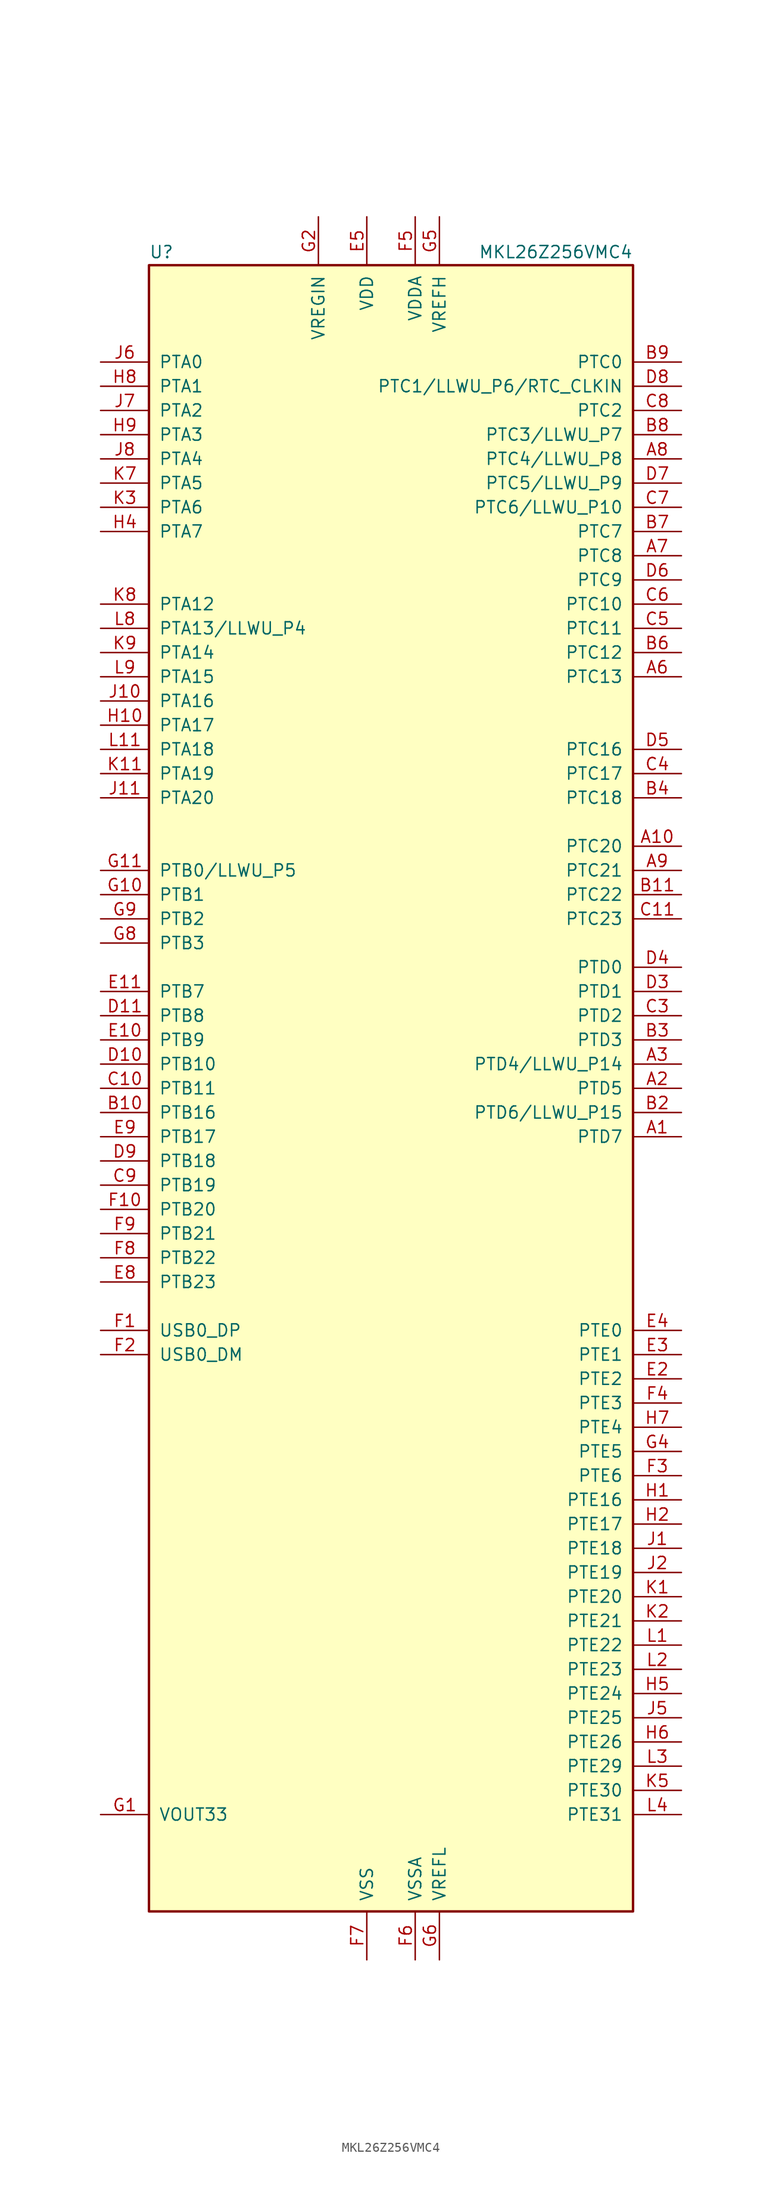
<source format=kicad_sym>
(kicad_symbol_lib
  (version 20211014)
  (generator kicad_symbol_editor)
  (symbol "MKL26Z256VMC4"
    (pin_names
      (offset 1.016))
    (property "Reference" "U"
      (at -25.4 86.995 0)
      (effects (font (size 1.27 1.27)) (justify left bottom)))
    (property "Value" "MKL26Z256VMC4"
      (at 25.4 86.995 0)
      (effects (font (size 1.27 1.27)) (justify right bottom)))
    (symbol "MKL26Z256VMC4_0_1"
      (rectangle (start -25.4 86.36) (end 25.4 -86.36) (stroke (width 0.254) (type default) (color 0 0 0 0)) (fill (type background))))
    (symbol "MKL26Z256VMC4_1_1"
      (pin bidirectional line (at 30.48 -5.08 180) (length 5.08) (name "PTD7" (effects (font (size 1.27 1.27)))) (number "A1" (effects (font (size 1.27 1.27)))))
      (pin bidirectional line (at 30.48 25.4 180) (length 5.08) (name "PTC20" (effects (font (size 1.27 1.27)))) (number "A10" (effects (font (size 1.27 1.27)))))
      (pin no_connect line (at -15.24 -86.36 90) (length 5.08) hide (name "NC" (effects (font (size 1.27 1.27)))) (number "A11" (effects (font (size 1.27 1.27)))))
      (pin bidirectional line (at 30.48 0 180) (length 5.08) (name "PTD5" (effects (font (size 1.27 1.27)))) (number "A2" (effects (font (size 1.27 1.27)))))
      (pin bidirectional line (at 30.48 2.54 180) (length 5.08) (name "PTD4/LLWU_P14" (effects (font (size 1.27 1.27)))) (number "A3" (effects (font (size 1.27 1.27)))))
      (pin no_connect line (at 25.4 27.94 180) (length 5.08) hide (name "NC" (effects (font (size 1.27 1.27)))) (number "A4" (effects (font (size 1.27 1.27)))))
      (pin no_connect line (at 25.4 40.64 180) (length 5.08) hide (name "NC" (effects (font (size 1.27 1.27)))) (number "A5" (effects (font (size 1.27 1.27)))))
      (pin bidirectional line (at 30.48 43.18 180) (length 5.08) (name "PTC13" (effects (font (size 1.27 1.27)))) (number "A6" (effects (font (size 1.27 1.27)))))
      (pin bidirectional line (at 30.48 55.88 180) (length 5.08) (name "PTC8" (effects (font (size 1.27 1.27)))) (number "A7" (effects (font (size 1.27 1.27)))))
      (pin bidirectional line (at 30.48 66.04 180) (length 5.08) (name "PTC4/LLWU_P8" (effects (font (size 1.27 1.27)))) (number "A8" (effects (font (size 1.27 1.27)))))
      (pin bidirectional line (at 30.48 22.86 180) (length 5.08) (name "PTC21" (effects (font (size 1.27 1.27)))) (number "A9" (effects (font (size 1.27 1.27)))))
      (pin no_connect line (at 25.4 -7.62 180) (length 5.08) hide (name "NC" (effects (font (size 1.27 1.27)))) (number "B1" (effects (font (size 1.27 1.27)))))
      (pin bidirectional line (at -30.48 -2.54 0) (length 5.08) (name "PTB16" (effects (font (size 1.27 1.27)))) (number "B10" (effects (font (size 1.27 1.27)))))
      (pin bidirectional line (at 30.48 20.32 180) (length 5.08) (name "PTC22" (effects (font (size 1.27 1.27)))) (number "B11" (effects (font (size 1.27 1.27)))))
      (pin bidirectional line (at 30.48 -2.54 180) (length 5.08) (name "PTD6/LLWU_P15" (effects (font (size 1.27 1.27)))) (number "B2" (effects (font (size 1.27 1.27)))))
      (pin bidirectional line (at 30.48 5.08 180) (length 5.08) (name "PTD3" (effects (font (size 1.27 1.27)))) (number "B3" (effects (font (size 1.27 1.27)))))
      (pin bidirectional line (at 30.48 30.48 180) (length 5.08) (name "PTC18" (effects (font (size 1.27 1.27)))) (number "B4" (effects (font (size 1.27 1.27)))))
      (pin no_connect line (at 25.4 38.1 180) (length 5.08) hide (name "NC" (effects (font (size 1.27 1.27)))) (number "B5" (effects (font (size 1.27 1.27)))))
      (pin bidirectional line (at 30.48 45.72 180) (length 5.08) (name "PTC12" (effects (font (size 1.27 1.27)))) (number "B6" (effects (font (size 1.27 1.27)))))
      (pin bidirectional line (at 30.48 58.42 180) (length 5.08) (name "PTC7" (effects (font (size 1.27 1.27)))) (number "B7" (effects (font (size 1.27 1.27)))))
      (pin bidirectional line (at 30.48 68.58 180) (length 5.08) (name "PTC3/LLWU_P7" (effects (font (size 1.27 1.27)))) (number "B8" (effects (font (size 1.27 1.27)))))
      (pin bidirectional line (at 30.48 76.2 180) (length 5.08) (name "PTC0" (effects (font (size 1.27 1.27)))) (number "B9" (effects (font (size 1.27 1.27)))))
      (pin no_connect line (at 25.4 -12.7 180) (length 5.08) hide (name "NC" (effects (font (size 1.27 1.27)))) (number "C1" (effects (font (size 1.27 1.27)))))
      (pin bidirectional line (at -30.48 0 0) (length 5.08) (name "PTB11" (effects (font (size 1.27 1.27)))) (number "C10" (effects (font (size 1.27 1.27)))))
      (pin bidirectional line (at 30.48 17.78 180) (length 5.08) (name "PTC23" (effects (font (size 1.27 1.27)))) (number "C11" (effects (font (size 1.27 1.27)))))
      (pin no_connect line (at 25.4 -10.16 180) (length 5.08) hide (name "NC" (effects (font (size 1.27 1.27)))) (number "C2" (effects (font (size 1.27 1.27)))))
      (pin bidirectional line (at 30.48 7.62 180) (length 5.08) (name "PTD2" (effects (font (size 1.27 1.27)))) (number "C3" (effects (font (size 1.27 1.27)))))
      (pin bidirectional line (at 30.48 33.02 180) (length 5.08) (name "PTC17" (effects (font (size 1.27 1.27)))) (number "C4" (effects (font (size 1.27 1.27)))))
      (pin bidirectional line (at 30.48 48.26 180) (length 5.08) (name "PTC11" (effects (font (size 1.27 1.27)))) (number "C5" (effects (font (size 1.27 1.27)))))
      (pin bidirectional line (at 30.48 50.8 180) (length 5.08) (name "PTC10" (effects (font (size 1.27 1.27)))) (number "C6" (effects (font (size 1.27 1.27)))))
      (pin bidirectional line (at 30.48 60.96 180) (length 5.08) (name "PTC6/LLWU_P10" (effects (font (size 1.27 1.27)))) (number "C7" (effects (font (size 1.27 1.27)))))
      (pin bidirectional line (at 30.48 71.12 180) (length 5.08) (name "PTC2" (effects (font (size 1.27 1.27)))) (number "C8" (effects (font (size 1.27 1.27)))))
      (pin bidirectional line (at -30.48 -10.16 0) (length 5.08) (name "PTB19" (effects (font (size 1.27 1.27)))) (number "C9" (effects (font (size 1.27 1.27)))))
      (pin no_connect line (at 25.4 -17.78 180) (length 5.08) hide (name "NC" (effects (font (size 1.27 1.27)))) (number "D1" (effects (font (size 1.27 1.27)))))
      (pin bidirectional line (at -30.48 2.54 0) (length 5.08) (name "PTB10" (effects (font (size 1.27 1.27)))) (number "D10" (effects (font (size 1.27 1.27)))))
      (pin bidirectional line (at -30.48 7.62 0) (length 5.08) (name "PTB8" (effects (font (size 1.27 1.27)))) (number "D11" (effects (font (size 1.27 1.27)))))
      (pin no_connect line (at 25.4 -15.24 180) (length 5.08) hide (name "NC" (effects (font (size 1.27 1.27)))) (number "D2" (effects (font (size 1.27 1.27)))))
      (pin bidirectional line (at 30.48 10.16 180) (length 5.08) (name "PTD1" (effects (font (size 1.27 1.27)))) (number "D3" (effects (font (size 1.27 1.27)))))
      (pin bidirectional line (at 30.48 12.7 180) (length 5.08) (name "PTD0" (effects (font (size 1.27 1.27)))) (number "D4" (effects (font (size 1.27 1.27)))))
      (pin bidirectional line (at 30.48 35.56 180) (length 5.08) (name "PTC16" (effects (font (size 1.27 1.27)))) (number "D5" (effects (font (size 1.27 1.27)))))
      (pin bidirectional line (at 30.48 53.34 180) (length 5.08) (name "PTC9" (effects (font (size 1.27 1.27)))) (number "D6" (effects (font (size 1.27 1.27)))))
      (pin bidirectional line (at 30.48 63.5 180) (length 5.08) (name "PTC5/LLWU_P9" (effects (font (size 1.27 1.27)))) (number "D7" (effects (font (size 1.27 1.27)))))
      (pin bidirectional line (at 30.48 73.66 180) (length 5.08) (name "PTC1/LLWU_P6/RTC_CLKIN" (effects (font (size 1.27 1.27)))) (number "D8" (effects (font (size 1.27 1.27)))))
      (pin bidirectional line (at -30.48 -7.62 0) (length 5.08) (name "PTB18" (effects (font (size 1.27 1.27)))) (number "D9" (effects (font (size 1.27 1.27)))))
      (pin no_connect line (at 25.4 -20.32 180) (length 5.08) hide (name "NC" (effects (font (size 1.27 1.27)))) (number "E1" (effects (font (size 1.27 1.27)))))
      (pin bidirectional line (at -30.48 5.08 0) (length 5.08) (name "PTB9" (effects (font (size 1.27 1.27)))) (number "E10" (effects (font (size 1.27 1.27)))))
      (pin bidirectional line (at -30.48 10.16 0) (length 5.08) (name "PTB7" (effects (font (size 1.27 1.27)))) (number "E11" (effects (font (size 1.27 1.27)))))
      (pin bidirectional line (at 30.48 -30.48 180) (length 5.08) (name "PTE2" (effects (font (size 1.27 1.27)))) (number "E2" (effects (font (size 1.27 1.27)))))
      (pin bidirectional line (at 30.48 -27.94 180) (length 5.08) (name "PTE1" (effects (font (size 1.27 1.27)))) (number "E3" (effects (font (size 1.27 1.27)))))
      (pin bidirectional line (at 30.48 -25.4 180) (length 5.08) (name "PTE0" (effects (font (size 1.27 1.27)))) (number "E4" (effects (font (size 1.27 1.27)))))
      (pin power_in line (at -2.54 91.44 270) (length 5.08) (name "VDD" (effects (font (size 1.27 1.27)))) (number "E5" (effects (font (size 1.27 1.27)))))
      (pin passive line (at -2.54 91.44 270) (length 5.08) hide (name "VDD" (effects (font (size 1.27 1.27)))) (number "E6" (effects (font (size 1.27 1.27)))))
      (pin passive line (at -2.54 91.44 270) (length 5.08) hide (name "VDD" (effects (font (size 1.27 1.27)))) (number "E7" (effects (font (size 1.27 1.27)))))
      (pin bidirectional line (at -30.48 -20.32 0) (length 5.08) (name "PTB23" (effects (font (size 1.27 1.27)))) (number "E8" (effects (font (size 1.27 1.27)))))
      (pin bidirectional line (at -30.48 -5.08 0) (length 5.08) (name "PTB17" (effects (font (size 1.27 1.27)))) (number "E9" (effects (font (size 1.27 1.27)))))
      (pin bidirectional line (at -30.48 -25.4 0) (length 5.08) (name "USB0_DP" (effects (font (size 1.27 1.27)))) (number "F1" (effects (font (size 1.27 1.27)))))
      (pin bidirectional line (at -30.48 -12.7 0) (length 5.08) (name "PTB20" (effects (font (size 1.27 1.27)))) (number "F10" (effects (font (size 1.27 1.27)))))
      (pin no_connect line (at -25.4 12.7 0) (length 5.08) hide (name "NC" (effects (font (size 1.27 1.27)))) (number "F11" (effects (font (size 1.27 1.27)))))
      (pin bidirectional line (at -30.48 -27.94 0) (length 5.08) (name "USB0_DM" (effects (font (size 1.27 1.27)))) (number "F2" (effects (font (size 1.27 1.27)))))
      (pin bidirectional line (at 30.48 -40.64 180) (length 5.08) (name "PTE6" (effects (font (size 1.27 1.27)))) (number "F3" (effects (font (size 1.27 1.27)))))
      (pin bidirectional line (at 30.48 -33.02 180) (length 5.08) (name "PTE3" (effects (font (size 1.27 1.27)))) (number "F4" (effects (font (size 1.27 1.27)))))
      (pin power_in line (at 2.54 91.44 270) (length 5.08) (name "VDDA" (effects (font (size 1.27 1.27)))) (number "F5" (effects (font (size 1.27 1.27)))))
      (pin power_in line (at 2.54 -91.44 90) (length 5.08) (name "VSSA" (effects (font (size 1.27 1.27)))) (number "F6" (effects (font (size 1.27 1.27)))))
      (pin power_in line (at -2.54 -91.44 90) (length 5.08) (name "VSS" (effects (font (size 1.27 1.27)))) (number "F7" (effects (font (size 1.27 1.27)))))
      (pin bidirectional line (at -30.48 -17.78 0) (length 5.08) (name "PTB22" (effects (font (size 1.27 1.27)))) (number "F8" (effects (font (size 1.27 1.27)))))
      (pin bidirectional line (at -30.48 -15.24 0) (length 5.08) (name "PTB21" (effects (font (size 1.27 1.27)))) (number "F9" (effects (font (size 1.27 1.27)))))
      (pin power_out line (at -30.48 -76.2 0) (length 5.08) (name "VOUT33" (effects (font (size 1.27 1.27)))) (number "G1" (effects (font (size 1.27 1.27)))))
      (pin bidirectional line (at -30.48 20.32 0) (length 5.08) (name "PTB1" (effects (font (size 1.27 1.27)))) (number "G10" (effects (font (size 1.27 1.27)))))
      (pin bidirectional line (at -30.48 22.86 0) (length 5.08) (name "PTB0/LLWU_P5" (effects (font (size 1.27 1.27)))) (number "G11" (effects (font (size 1.27 1.27)))))
      (pin power_in line (at -7.62 91.44 270) (length 5.08) (name "VREGIN" (effects (font (size 1.27 1.27)))) (number "G2" (effects (font (size 1.27 1.27)))))
      (pin passive line (at -2.54 -91.44 90) (length 5.08) hide (name "VSS" (effects (font (size 1.27 1.27)))) (number "G3" (effects (font (size 1.27 1.27)))))
      (pin bidirectional line (at 30.48 -38.1 180) (length 5.08) (name "PTE5" (effects (font (size 1.27 1.27)))) (number "G4" (effects (font (size 1.27 1.27)))))
      (pin power_in line (at 5.08 91.44 270) (length 5.08) (name "VREFH" (effects (font (size 1.27 1.27)))) (number "G5" (effects (font (size 1.27 1.27)))))
      (pin power_in line (at 5.08 -91.44 90) (length 5.08) (name "VREFL" (effects (font (size 1.27 1.27)))) (number "G6" (effects (font (size 1.27 1.27)))))
      (pin passive line (at -2.54 -91.44 90) (length 5.08) hide (name "VSS" (effects (font (size 1.27 1.27)))) (number "G7" (effects (font (size 1.27 1.27)))))
      (pin bidirectional line (at -30.48 15.24 0) (length 5.08) (name "PTB3" (effects (font (size 1.27 1.27)))) (number "G8" (effects (font (size 1.27 1.27)))))
      (pin bidirectional line (at -30.48 17.78 0) (length 5.08) (name "PTB2" (effects (font (size 1.27 1.27)))) (number "G9" (effects (font (size 1.27 1.27)))))
      (pin bidirectional line (at 30.48 -43.18 180) (length 5.08) (name "PTE16" (effects (font (size 1.27 1.27)))) (number "H1" (effects (font (size 1.27 1.27)))))
      (pin bidirectional line (at -30.48 38.1 0) (length 5.08) (name "PTA17" (effects (font (size 1.27 1.27)))) (number "H10" (effects (font (size 1.27 1.27)))))
      (pin no_connect line (at -25.4 27.94 0) (length 5.08) hide (name "NC" (effects (font (size 1.27 1.27)))) (number "H11" (effects (font (size 1.27 1.27)))))
      (pin bidirectional line (at 30.48 -45.72 180) (length 5.08) (name "PTE17" (effects (font (size 1.27 1.27)))) (number "H2" (effects (font (size 1.27 1.27)))))
      (pin no_connect line (at -25.4 -63.5 0) (length 5.08) hide (name "NC" (effects (font (size 1.27 1.27)))) (number "H3" (effects (font (size 1.27 1.27)))))
      (pin bidirectional line (at -30.48 58.42 0) (length 5.08) (name "PTA7" (effects (font (size 1.27 1.27)))) (number "H4" (effects (font (size 1.27 1.27)))))
      (pin bidirectional line (at 30.48 -63.5 180) (length 5.08) (name "PTE24" (effects (font (size 1.27 1.27)))) (number "H5" (effects (font (size 1.27 1.27)))))
      (pin bidirectional line (at 30.48 -68.58 180) (length 5.08) (name "PTE26" (effects (font (size 1.27 1.27)))) (number "H6" (effects (font (size 1.27 1.27)))))
      (pin bidirectional line (at 30.48 -35.56 180) (length 5.08) (name "PTE4" (effects (font (size 1.27 1.27)))) (number "H7" (effects (font (size 1.27 1.27)))))
      (pin bidirectional line (at -30.48 73.66 0) (length 5.08) (name "PTA1" (effects (font (size 1.27 1.27)))) (number "H8" (effects (font (size 1.27 1.27)))))
      (pin bidirectional line (at -30.48 68.58 0) (length 5.08) (name "PTA3" (effects (font (size 1.27 1.27)))) (number "H9" (effects (font (size 1.27 1.27)))))
      (pin bidirectional line (at 30.48 -48.26 180) (length 5.08) (name "PTE18" (effects (font (size 1.27 1.27)))) (number "J1" (effects (font (size 1.27 1.27)))))
      (pin bidirectional line (at -30.48 40.64 0) (length 5.08) (name "PTA16" (effects (font (size 1.27 1.27)))) (number "J10" (effects (font (size 1.27 1.27)))))
      (pin bidirectional line (at -30.48 30.48 0) (length 5.08) (name "PTA20" (effects (font (size 1.27 1.27)))) (number "J11" (effects (font (size 1.27 1.27)))))
      (pin bidirectional line (at 30.48 -50.8 180) (length 5.08) (name "PTE19" (effects (font (size 1.27 1.27)))) (number "J2" (effects (font (size 1.27 1.27)))))
      (pin no_connect line (at -25.4 -66.04 0) (length 5.08) hide (name "NC" (effects (font (size 1.27 1.27)))) (number "J3" (effects (font (size 1.27 1.27)))))
      (pin no_connect line (at -25.4 53.34 0) (length 5.08) hide (name "NC" (effects (font (size 1.27 1.27)))) (number "J4" (effects (font (size 1.27 1.27)))))
      (pin bidirectional line (at 30.48 -66.04 180) (length 5.08) (name "PTE25" (effects (font (size 1.27 1.27)))) (number "J5" (effects (font (size 1.27 1.27)))))
      (pin bidirectional line (at -30.48 76.2 0) (length 5.08) (name "PTA0" (effects (font (size 1.27 1.27)))) (number "J6" (effects (font (size 1.27 1.27)))))
      (pin bidirectional line (at -30.48 71.12 0) (length 5.08) (name "PTA2" (effects (font (size 1.27 1.27)))) (number "J7" (effects (font (size 1.27 1.27)))))
      (pin bidirectional line (at -30.48 66.04 0) (length 5.08) (name "PTA4" (effects (font (size 1.27 1.27)))) (number "J8" (effects (font (size 1.27 1.27)))))
      (pin no_connect line (at -25.4 55.88 0) (length 5.08) hide (name "NC" (effects (font (size 1.27 1.27)))) (number "J9" (effects (font (size 1.27 1.27)))))
      (pin bidirectional line (at 30.48 -53.34 180) (length 5.08) (name "PTE20" (effects (font (size 1.27 1.27)))) (number "K1" (effects (font (size 1.27 1.27)))))
      (pin passive line (at -2.54 -91.44 90) (length 5.08) hide (name "VSS" (effects (font (size 1.27 1.27)))) (number "K10" (effects (font (size 1.27 1.27)))))
      (pin bidirectional line (at -30.48 33.02 0) (length 5.08) (name "PTA19" (effects (font (size 1.27 1.27)))) (number "K11" (effects (font (size 1.27 1.27)))))
      (pin bidirectional line (at 30.48 -55.88 180) (length 5.08) (name "PTE21" (effects (font (size 1.27 1.27)))) (number "K2" (effects (font (size 1.27 1.27)))))
      (pin bidirectional line (at -30.48 60.96 0) (length 5.08) (name "PTA6" (effects (font (size 1.27 1.27)))) (number "K3" (effects (font (size 1.27 1.27)))))
      (pin no_connect line (at -25.4 -68.58 0) (length 5.08) hide (name "NC" (effects (font (size 1.27 1.27)))) (number "K4" (effects (font (size 1.27 1.27)))))
      (pin bidirectional line (at 30.48 -73.66 180) (length 5.08) (name "PTE30" (effects (font (size 1.27 1.27)))) (number "K5" (effects (font (size 1.27 1.27)))))
      (pin passive line (at -2.54 91.44 270) (length 5.08) hide (name "VDD" (effects (font (size 1.27 1.27)))) (number "K6" (effects (font (size 1.27 1.27)))))
      (pin bidirectional line (at -30.48 63.5 0) (length 5.08) (name "PTA5" (effects (font (size 1.27 1.27)))) (number "K7" (effects (font (size 1.27 1.27)))))
      (pin bidirectional line (at -30.48 50.8 0) (length 5.08) (name "PTA12" (effects (font (size 1.27 1.27)))) (number "K8" (effects (font (size 1.27 1.27)))))
      (pin bidirectional line (at -30.48 45.72 0) (length 5.08) (name "PTA14" (effects (font (size 1.27 1.27)))) (number "K9" (effects (font (size 1.27 1.27)))))
      (pin bidirectional line (at 30.48 -58.42 180) (length 5.08) (name "PTE22" (effects (font (size 1.27 1.27)))) (number "L1" (effects (font (size 1.27 1.27)))))
      (pin passive line (at -2.54 91.44 270) (length 5.08) hide (name "VDD" (effects (font (size 1.27 1.27)))) (number "L10" (effects (font (size 1.27 1.27)))))
      (pin bidirectional line (at -30.48 35.56 0) (length 5.08) (name "PTA18" (effects (font (size 1.27 1.27)))) (number "L11" (effects (font (size 1.27 1.27)))))
      (pin bidirectional line (at 30.48 -60.96 180) (length 5.08) (name "PTE23" (effects (font (size 1.27 1.27)))) (number "L2" (effects (font (size 1.27 1.27)))))
      (pin bidirectional line (at 30.48 -71.12 180) (length 5.08) (name "PTE29" (effects (font (size 1.27 1.27)))) (number "L3" (effects (font (size 1.27 1.27)))))
      (pin bidirectional line (at 30.48 -76.2 180) (length 5.08) (name "PTE31" (effects (font (size 1.27 1.27)))) (number "L4" (effects (font (size 1.27 1.27)))))
      (pin passive line (at -2.54 -91.44 90) (length 5.08) hide (name "VSS" (effects (font (size 1.27 1.27)))) (number "L5" (effects (font (size 1.27 1.27)))))
      (pin passive line (at -2.54 -91.44 90) (length 5.08) hide (name "VSS" (effects (font (size 1.27 1.27)))) (number "L6" (effects (font (size 1.27 1.27)))))
      (pin no_connect line (at -25.4 -71.12 0) (length 5.08) hide (name "NC" (effects (font (size 1.27 1.27)))) (number "L7" (effects (font (size 1.27 1.27)))))
      (pin bidirectional line (at -30.48 48.26 0) (length 5.08) (name "PTA13/LLWU_P4" (effects (font (size 1.27 1.27)))) (number "L8" (effects (font (size 1.27 1.27)))))
      (pin bidirectional line (at -30.48 43.18 0) (length 5.08) (name "PTA15" (effects (font (size 1.27 1.27)))) (number "L9" (effects (font (size 1.27 1.27))))))))
</source>
